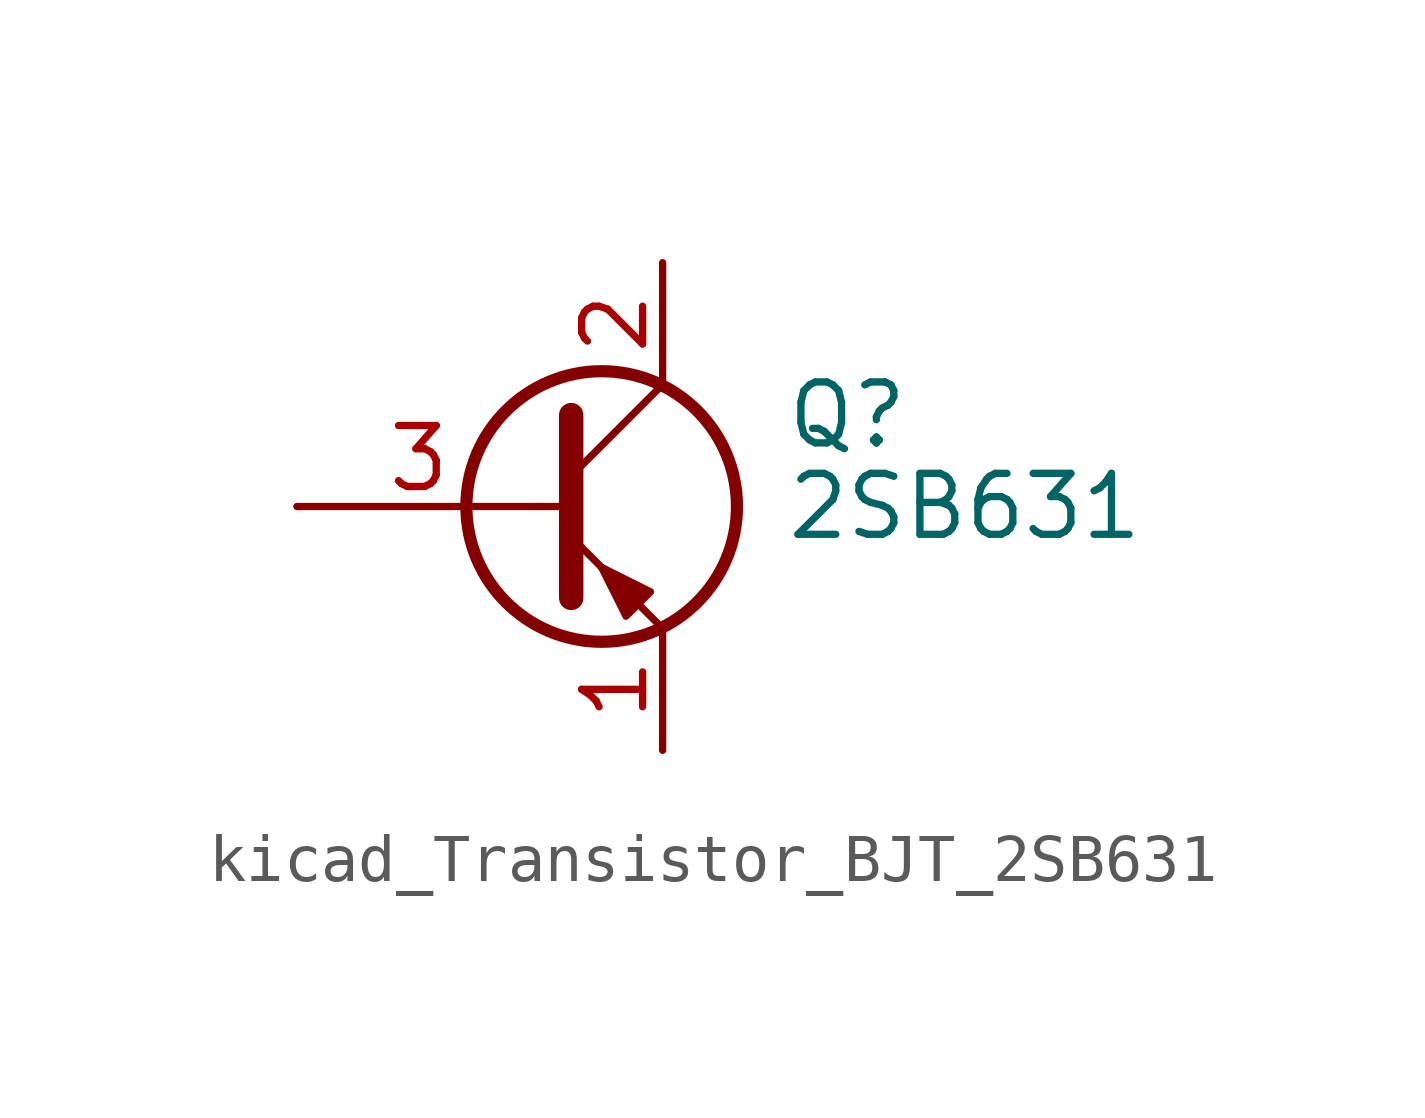
<source format=kicad_sym>
(kicad_symbol_lib
  (version 20220914)
  (generator kicad_symbol_editor)
  (symbol "kicad_Transistor_BJT_2SB631"
    (pin_names
      (offset 0) hide)
    (property "Reference" "Q"
      (at 5.08 1.905 0)
      (effects (font (size 1.27 1.27)) (justify left)))
    (property "Value" "2SB631"
      (at 5.08 0 0)
      (effects (font (size 1.27 1.27)) (justify left)))
    (symbol "kicad_Transistor_BJT_2SB631_0_1"
      (polyline (pts (xy 0 0) (xy 0.635 0)) (stroke (width 0) (type default)) (fill (type none)))
      (polyline (pts (xy 2.54 -2.54) (xy 0.635 -0.635)) (stroke (width 0) (type default)) (fill (type none)))
      (polyline (pts (xy 2.54 2.54) (xy 0.635 0.635)) (stroke (width 0) (type default)) (fill (type none)))
      (polyline (pts (xy 0.635 1.905) (xy 0.635 -1.905) (xy 0.635 -1.905)) (stroke (width 0.508) (type default)) (fill (type outline)))
      (polyline (pts (xy 1.778 -2.286) (xy 2.286 -1.778) (xy 1.27 -1.27) (xy 1.778 -2.286) (xy 1.778 -2.286)) (stroke (width 0) (type default)) (fill (type outline)))
      (circle (center 1.27 0) (radius 2.819) (stroke (width 0.254) (type default)) (fill (type none))))
    (symbol "kicad_Transistor_BJT_2SB631_1_1"
      (pin passive line (at 2.54 -5.08 90) (length 2.54) (name "E" (effects (font (size 1.27 1.27)))) (number "1" (effects (font (size 1.27 1.27)))))
      (pin passive line (at 2.54 5.08 270) (length 2.54) (name "C" (effects (font (size 1.27 1.27)))) (number "2" (effects (font (size 1.27 1.27)))))
      (pin input line (at -5.08 0 0) (length 5.08) (name "B" (effects (font (size 1.27 1.27)))) (number "3" (effects (font (size 1.27 1.27))))))))
</source>
